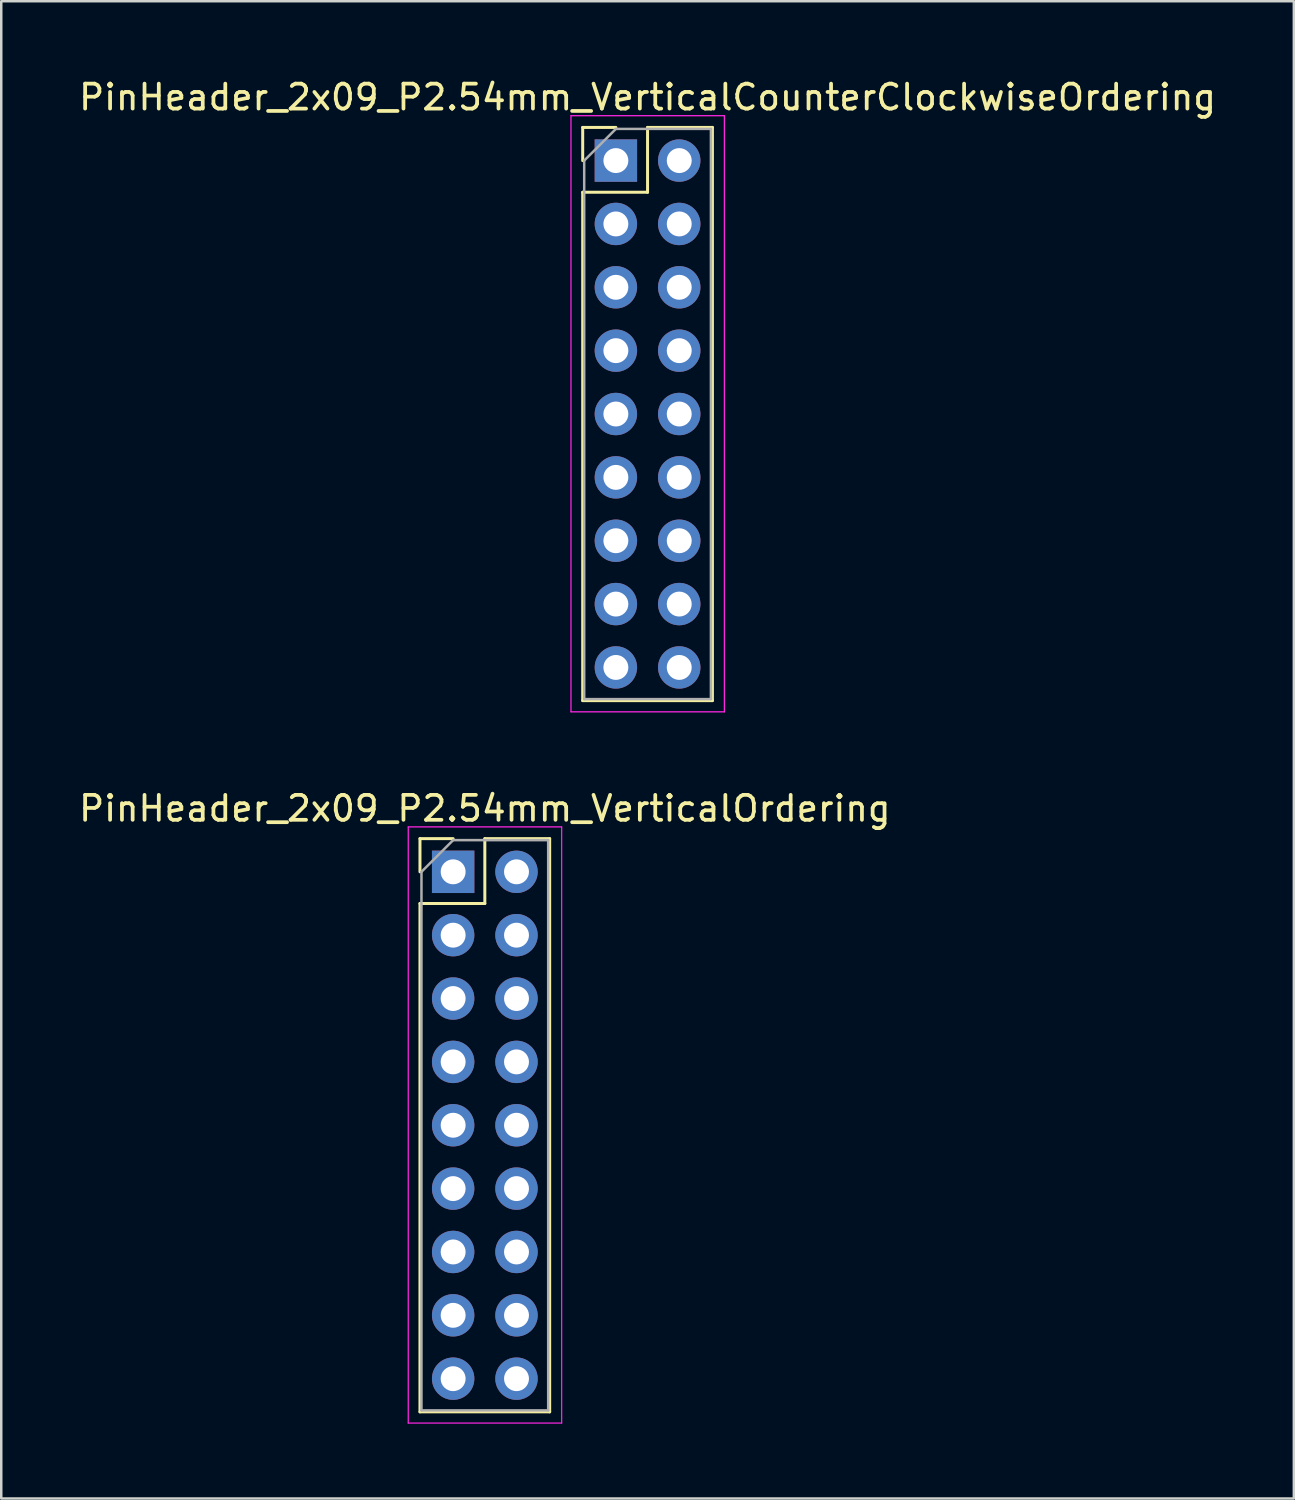
<source format=kicad_pcb>
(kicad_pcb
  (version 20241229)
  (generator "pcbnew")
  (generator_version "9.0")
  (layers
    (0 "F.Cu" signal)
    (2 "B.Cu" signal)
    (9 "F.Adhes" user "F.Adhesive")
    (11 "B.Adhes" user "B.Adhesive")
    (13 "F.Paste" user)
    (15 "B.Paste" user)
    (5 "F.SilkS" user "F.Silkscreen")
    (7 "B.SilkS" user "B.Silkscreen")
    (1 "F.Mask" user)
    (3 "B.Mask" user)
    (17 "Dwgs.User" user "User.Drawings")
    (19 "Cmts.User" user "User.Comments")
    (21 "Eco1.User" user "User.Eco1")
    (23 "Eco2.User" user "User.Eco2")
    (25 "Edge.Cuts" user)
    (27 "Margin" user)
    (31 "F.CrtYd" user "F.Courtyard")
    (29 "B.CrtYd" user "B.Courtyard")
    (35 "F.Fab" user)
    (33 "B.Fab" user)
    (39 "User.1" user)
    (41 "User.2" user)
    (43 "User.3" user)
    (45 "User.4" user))
  (footprint "PinHeader_2x09_P2.54mm_VerticalCounterClockwiseOrdering"
    (layer "F.Cu")
    (at 22.911 13.548)
    (property "Reference" "PinHeader_2x09_P2.54mm_VerticalCounterClockwiseOrdering" (at 0 -12.7 0) (layer "F.SilkS") (effects (font (size 1 1) (thickness 0.15))))
    (attr through_hole)
    (fp_line (start -2.6 -11.49) (end -1.27 -11.49) (stroke (width 0.12) (type solid)) (layer "F.SilkS"))
    (fp_line (start -2.6 -10.16) (end -2.6 -11.49) (stroke (width 0.12) (type solid)) (layer "F.SilkS"))
    (fp_line (start -2.6 -8.89) (end -2.6 11.49) (stroke (width 0.12) (type solid)) (layer "F.SilkS"))
    (fp_line (start -2.6 -8.89) (end 0 -8.89) (stroke (width 0.12) (type solid)) (layer "F.SilkS"))
    (fp_line (start -2.6 11.49) (end 2.6 11.49) (stroke (width 0.12) (type solid)) (layer "F.SilkS"))
    (fp_line (start 0 -11.49) (end 2.6 -11.49) (stroke (width 0.12) (type solid)) (layer "F.SilkS"))
    (fp_line (start 0 -8.89) (end 0 -11.49) (stroke (width 0.12) (type solid)) (layer "F.SilkS"))
    (fp_line (start 2.6 -11.49) (end 2.6 11.49) (stroke (width 0.12) (type solid)) (layer "F.SilkS"))
    (fp_line (start -3.07 -11.96) (end -3.07 11.94) (stroke (width 0.05) (type solid)) (layer "F.CrtYd"))
    (fp_line (start -3.07 11.94) (end 3.08 11.94) (stroke (width 0.05) (type solid)) (layer "F.CrtYd"))
    (fp_line (start 3.08 -11.96) (end -3.07 -11.96) (stroke (width 0.05) (type solid)) (layer "F.CrtYd"))
    (fp_line (start 3.08 11.94) (end 3.08 -11.96) (stroke (width 0.05) (type solid)) (layer "F.CrtYd"))
    (fp_line (start -2.54 -10.16) (end -1.27 -11.43) (stroke (width 0.1) (type solid)) (layer "F.Fab"))
    (fp_line (start -2.54 11.43) (end -2.54 -10.16) (stroke (width 0.1) (type solid)) (layer "F.Fab"))
    (fp_line (start -1.27 -11.43) (end 2.54 -11.43) (stroke (width 0.1) (type solid)) (layer "F.Fab"))
    (fp_line (start 2.54 -11.43) (end 2.54 11.43) (stroke (width 0.1) (type solid)) (layer "F.Fab"))
    (fp_line (start 2.54 11.43) (end -2.54 11.43) (stroke (width 0.1) (type solid)) (layer "F.Fab"))
    (pad "1" thru_hole rect (at -1.27 -10.16) (size 1.7 1.7) (drill 1) (layers "*.Cu" "*.Mask"))
    (pad "2" thru_hole oval (at -1.27 -7.62) (size 1.7 1.7) (drill 1) (layers "*.Cu" "*.Mask"))
    (pad "3" thru_hole oval (at -1.27 -5.08) (size 1.7 1.7) (drill 1) (layers "*.Cu" "*.Mask"))
    (pad "4" thru_hole oval (at -1.27 -2.54) (size 1.7 1.7) (drill 1) (layers "*.Cu" "*.Mask"))
    (pad "5" thru_hole oval (at -1.27 0) (size 1.7 1.7) (drill 1) (layers "*.Cu" "*.Mask"))
    (pad "6" thru_hole oval (at -1.27 2.54) (size 1.7 1.7) (drill 1) (layers "*.Cu" "*.Mask"))
    (pad "7" thru_hole oval (at -1.27 5.08) (size 1.7 1.7) (drill 1) (layers "*.Cu" "*.Mask"))
    (pad "8" thru_hole oval (at -1.27 7.62) (size 1.7 1.7) (drill 1) (layers "*.Cu" "*.Mask"))
    (pad "9" thru_hole oval (at -1.27 10.16) (size 1.7 1.7) (drill 1) (layers "*.Cu" "*.Mask"))
    (pad "10" thru_hole oval (at 1.27 10.16) (size 1.7 1.7) (drill 1) (layers "*.Cu" "*.Mask"))
    (pad "11" thru_hole oval (at 1.27 7.62) (size 1.7 1.7) (drill 1) (layers "*.Cu" "*.Mask"))
    (pad "12" thru_hole oval (at 1.27 5.08) (size 1.7 1.7) (drill 1) (layers "*.Cu" "*.Mask"))
    (pad "13" thru_hole oval (at 1.27 2.54) (size 1.7 1.7) (drill 1) (layers "*.Cu" "*.Mask"))
    (pad "14" thru_hole oval (at 1.27 0) (size 1.7 1.7) (drill 1) (layers "*.Cu" "*.Mask"))
    (pad "15" thru_hole oval (at 1.27 -2.54) (size 1.7 1.7) (drill 1) (layers "*.Cu" "*.Mask"))
    (pad "16" thru_hole oval (at 1.27 -5.08) (size 1.7 1.7) (drill 1) (layers "*.Cu" "*.Mask"))
    (pad "17" thru_hole oval (at 1.27 -7.62) (size 1.7 1.7) (drill 1) (layers "*.Cu" "*.Mask"))
    (pad "18" thru_hole oval (at 1.27 -10.16) (size 1.7 1.7) (drill 1) (layers "*.Cu" "*.Mask")))
  (footprint "PinHeader_2x09_P2.54mm_VerticalOrdering"
    (layer "F.Cu")
    (at 16.387 42.062)
    (property "Reference" "PinHeader_2x09_P2.54mm_VerticalOrdering" (at 0 -12.7 0) (layer "F.SilkS") (effects (font (size 1 1) (thickness 0.15))))
    (attr through_hole)
    (fp_line (start -2.6 -11.49) (end -1.27 -11.49) (stroke (width 0.12) (type solid)) (layer "F.SilkS"))
    (fp_line (start -2.6 -10.16) (end -2.6 -11.49) (stroke (width 0.12) (type solid)) (layer "F.SilkS"))
    (fp_line (start -2.6 -8.89) (end -2.6 11.49) (stroke (width 0.12) (type solid)) (layer "F.SilkS"))
    (fp_line (start -2.6 -8.89) (end 0 -8.89) (stroke (width 0.12) (type solid)) (layer "F.SilkS"))
    (fp_line (start -2.6 11.49) (end 2.6 11.49) (stroke (width 0.12) (type solid)) (layer "F.SilkS"))
    (fp_line (start 0 -11.49) (end 2.6 -11.49) (stroke (width 0.12) (type solid)) (layer "F.SilkS"))
    (fp_line (start 0 -8.89) (end 0 -11.49) (stroke (width 0.12) (type solid)) (layer "F.SilkS"))
    (fp_line (start 2.6 -11.49) (end 2.6 11.49) (stroke (width 0.12) (type solid)) (layer "F.SilkS"))
    (fp_line (start -3.07 -11.96) (end -3.07 11.94) (stroke (width 0.05) (type solid)) (layer "F.CrtYd"))
    (fp_line (start -3.07 11.94) (end 3.08 11.94) (stroke (width 0.05) (type solid)) (layer "F.CrtYd"))
    (fp_line (start 3.08 -11.96) (end -3.07 -11.96) (stroke (width 0.05) (type solid)) (layer "F.CrtYd"))
    (fp_line (start 3.08 11.94) (end 3.08 -11.96) (stroke (width 0.05) (type solid)) (layer "F.CrtYd"))
    (fp_line (start -2.54 -10.16) (end -1.27 -11.43) (stroke (width 0.1) (type solid)) (layer "F.Fab"))
    (fp_line (start -2.54 11.43) (end -2.54 -10.16) (stroke (width 0.1) (type solid)) (layer "F.Fab"))
    (fp_line (start -1.27 -11.43) (end 2.54 -11.43) (stroke (width 0.1) (type solid)) (layer "F.Fab"))
    (fp_line (start 2.54 -11.43) (end 2.54 11.43) (stroke (width 0.1) (type solid)) (layer "F.Fab"))
    (fp_line (start 2.54 11.43) (end -2.54 11.43) (stroke (width 0.1) (type solid)) (layer "F.Fab"))
    (pad "1" thru_hole rect (at -1.27 -10.16) (size 1.7 1.7) (drill 1) (layers "*.Cu" "*.Mask"))
    (pad "2" thru_hole oval (at -1.27 -7.62) (size 1.7 1.7) (drill 1) (layers "*.Cu" "*.Mask"))
    (pad "3" thru_hole oval (at -1.27 -5.08) (size 1.7 1.7) (drill 1) (layers "*.Cu" "*.Mask"))
    (pad "4" thru_hole oval (at -1.27 -2.54) (size 1.7 1.7) (drill 1) (layers "*.Cu" "*.Mask"))
    (pad "5" thru_hole oval (at -1.27 0) (size 1.7 1.7) (drill 1) (layers "*.Cu" "*.Mask"))
    (pad "6" thru_hole oval (at -1.27 2.54) (size 1.7 1.7) (drill 1) (layers "*.Cu" "*.Mask"))
    (pad "7" thru_hole oval (at -1.27 5.08) (size 1.7 1.7) (drill 1) (layers "*.Cu" "*.Mask"))
    (pad "8" thru_hole oval (at -1.27 7.62) (size 1.7 1.7) (drill 1) (layers "*.Cu" "*.Mask"))
    (pad "9" thru_hole oval (at -1.27 10.16) (size 1.7 1.7) (drill 1) (layers "*.Cu" "*.Mask"))
    (pad "10" thru_hole oval (at 1.27 -10.16) (size 1.7 1.7) (drill 1) (layers "*.Cu" "*.Mask"))
    (pad "11" thru_hole oval (at 1.27 -7.62) (size 1.7 1.7) (drill 1) (layers "*.Cu" "*.Mask"))
    (pad "12" thru_hole oval (at 1.27 -5.08) (size 1.7 1.7) (drill 1) (layers "*.Cu" "*.Mask"))
    (pad "13" thru_hole oval (at 1.27 -2.54) (size 1.7 1.7) (drill 1) (layers "*.Cu" "*.Mask"))
    (pad "14" thru_hole oval (at 1.27 0) (size 1.7 1.7) (drill 1) (layers "*.Cu" "*.Mask"))
    (pad "15" thru_hole oval (at 1.27 2.54) (size 1.7 1.7) (drill 1) (layers "*.Cu" "*.Mask"))
    (pad "16" thru_hole oval (at 1.27 5.08) (size 1.7 1.7) (drill 1) (layers "*.Cu" "*.Mask"))
    (pad "17" thru_hole oval (at 1.27 7.62) (size 1.7 1.7) (drill 1) (layers "*.Cu" "*.Mask"))
    (pad "18" thru_hole oval (at 1.27 10.16) (size 1.7 1.7) (drill 1) (layers "*.Cu" "*.Mask")))
  (gr_rect
    (start -3 -3)
    (end 48.821 57.026)
    (stroke (width 0.1) (type default))
    (fill no)
    (layer "Edge.Cuts")))
</source>
